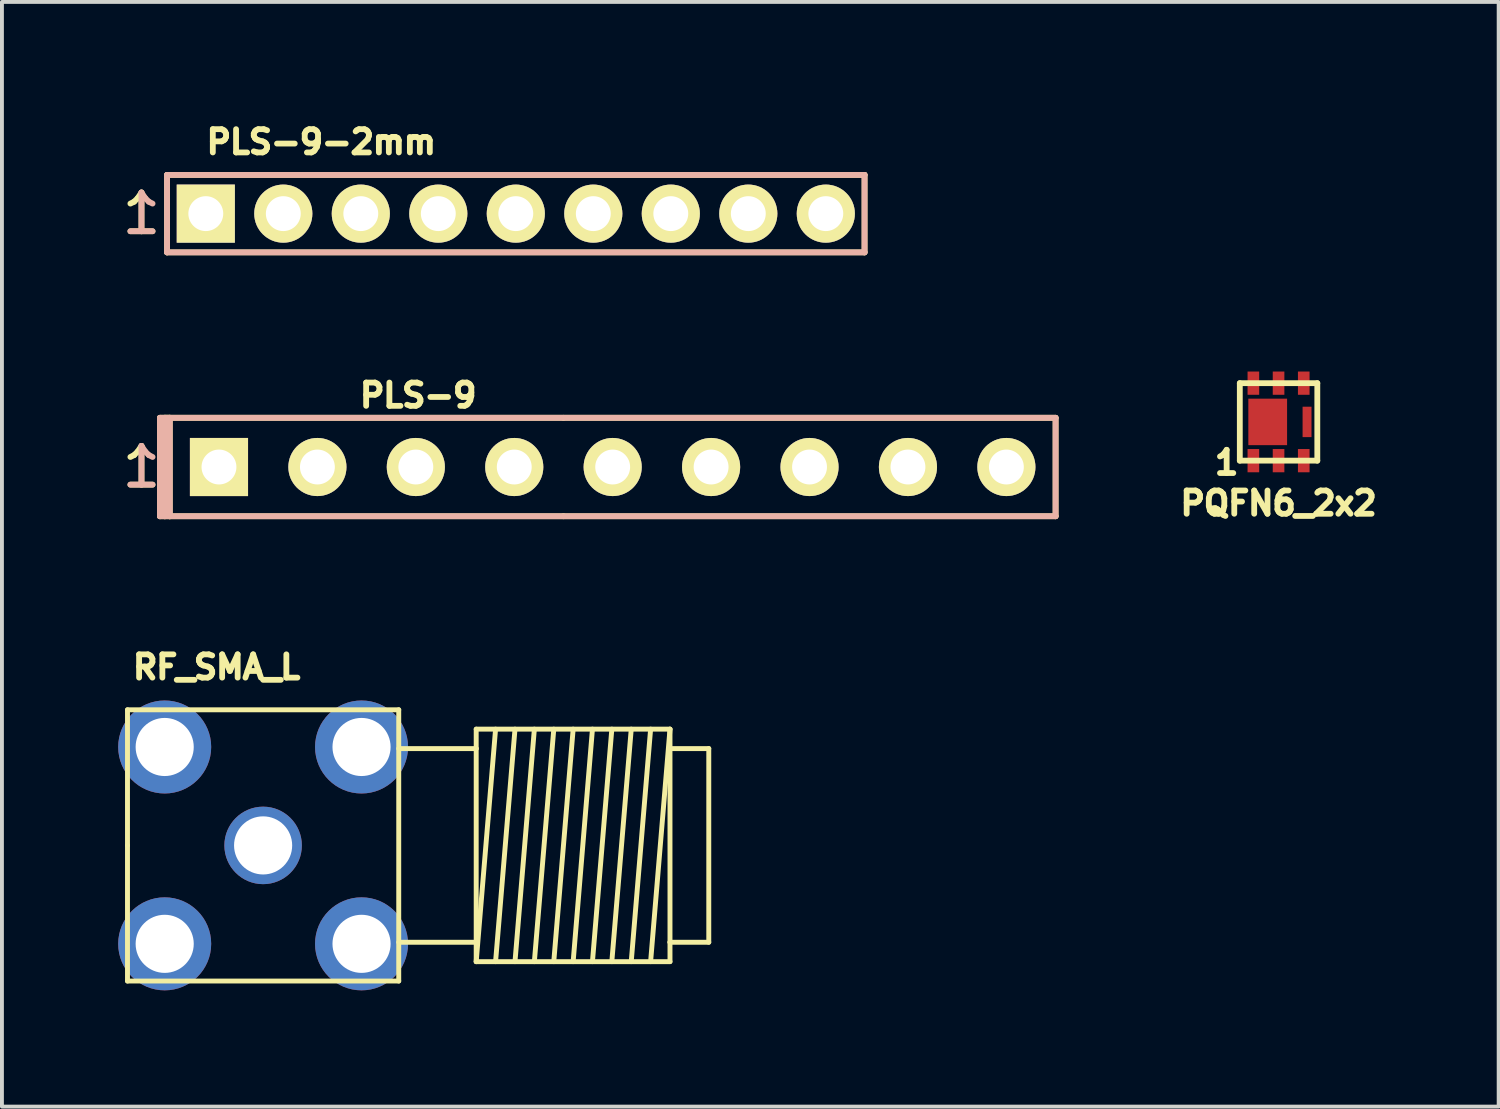
<source format=kicad_pcb>
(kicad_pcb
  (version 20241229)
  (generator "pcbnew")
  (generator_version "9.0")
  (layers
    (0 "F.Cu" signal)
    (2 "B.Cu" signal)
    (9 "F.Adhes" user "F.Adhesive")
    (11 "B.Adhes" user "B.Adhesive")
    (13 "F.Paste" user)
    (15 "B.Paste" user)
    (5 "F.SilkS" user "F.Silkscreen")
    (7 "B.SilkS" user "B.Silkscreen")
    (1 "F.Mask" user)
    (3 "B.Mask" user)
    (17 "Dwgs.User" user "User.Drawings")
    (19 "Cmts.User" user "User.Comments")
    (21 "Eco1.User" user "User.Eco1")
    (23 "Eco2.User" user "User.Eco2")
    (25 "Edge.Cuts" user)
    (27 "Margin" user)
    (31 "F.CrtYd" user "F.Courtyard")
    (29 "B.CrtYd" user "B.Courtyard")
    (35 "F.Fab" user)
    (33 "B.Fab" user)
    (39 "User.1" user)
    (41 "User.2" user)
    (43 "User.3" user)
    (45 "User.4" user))
  (footprint "PLS-9-2mm"
    (layer "F.Cu")
    (at 10.261 2.463)
    (property "Reference" "PLS-9-2mm" (at -5.019 -1.849 0) (layer "F.SilkS") (effects (font (size 0.6 0.6) (thickness 0.15))))
    (attr through_hole)
    (fp_line (start -9 -1) (end 9 -1) (stroke (width 0.15) (type solid)) (layer "F.SilkS"))
    (fp_line (start -9 1) (end -9 -1) (stroke (width 0.15) (type solid)) (layer "F.SilkS"))
    (fp_line (start 9 -1) (end 9 1) (stroke (width 0.15) (type solid)) (layer "F.SilkS"))
    (fp_line (start 9 1) (end -9 1) (stroke (width 0.15) (type solid)) (layer "F.SilkS"))
    (fp_line (start -9 -1) (end 9 -1) (stroke (width 0.15) (type solid)) (layer "B.SilkS"))
    (fp_line (start -9 1) (end -9 -1) (stroke (width 0.15) (type solid)) (layer "B.SilkS"))
    (fp_line (start 9 -1) (end 9 1) (stroke (width 0.15) (type solid)) (layer "B.SilkS"))
    (fp_line (start 9 1) (end -9 1) (stroke (width 0.15) (type solid)) (layer "B.SilkS"))
    (fp_text user "1" (at -9.66 0 0) (layer "F.SilkS") (effects (font (size 1 1) (thickness 0.15))))
    (fp_text user "1" (at -9.66 0 0) (layer "B.SilkS") (effects (font (size 1 1) (thickness 0.15)) (justify mirror)))
    (pad "1" thru_hole rect (at -8 0) (size 1.5 1.5) (drill 0.9) (layers "*.Cu" "*.Mask" "F.SilkS"))
    (pad "2" thru_hole circle (at -6 0) (size 1.5 1.5) (drill 0.9) (layers "*.Cu" "*.Mask" "F.SilkS"))
    (pad "3" thru_hole circle (at -4 0) (size 1.5 1.5) (drill 0.9) (layers "*.Cu" "*.Mask" "F.SilkS"))
    (pad "4" thru_hole circle (at -2 0) (size 1.5 1.5) (drill 0.9) (layers "*.Cu" "*.Mask" "F.SilkS"))
    (pad "5" thru_hole circle (at 0 0) (size 1.5 1.5) (drill 0.9) (layers "*.Cu" "*.Mask" "F.SilkS"))
    (pad "6" thru_hole circle (at 2 0) (size 1.5 1.5) (drill 0.9) (layers "*.Cu" "*.Mask" "F.SilkS"))
    (pad "7" thru_hole circle (at 4 0) (size 1.5 1.5) (drill 0.9) (layers "*.Cu" "*.Mask" "F.SilkS"))
    (pad "8" thru_hole circle (at 6 0) (size 1.5 1.5) (drill 0.9) (layers "*.Cu" "*.Mask" "F.SilkS"))
    (pad "9" thru_hole circle (at 8 0) (size 1.5 1.5) (drill 0.9) (layers "*.Cu" "*.Mask" "F.SilkS")))
  (footprint "PQFN6_2x2"
    (layer "F.Cu")
    (at 29.945 7.838)
    (property "Reference" "PQFN6_2x2" (at 0 2.1 0) (layer "F.SilkS") (effects (font (size 0.6 0.6) (thickness 0.15))))
    (attr through_hole)
    (fp_line (start -1 -1) (end 1 -1) (stroke (width 0.15) (type solid)) (layer "F.SilkS"))
    (fp_line (start -1 1) (end -1 -1) (stroke (width 0.15) (type solid)) (layer "F.SilkS"))
    (fp_line (start 1 -1) (end 1 1) (stroke (width 0.15) (type solid)) (layer "F.SilkS"))
    (fp_line (start 1 1) (end -1 1) (stroke (width 0.15) (type solid)) (layer "F.SilkS"))
    (fp_text user "1" (at -1.34 1.05 0) (layer "F.SilkS") (effects (font (size 0.6 0.6) (thickness 0.15))))
    (pad "1" smd rect (at -0.65 1) (size 0.3 0.6) (layers "F.Cu" "F.Mask" "F.Paste"))
    (pad "2" smd rect (at 0 1) (size 0.3 0.6) (layers "F.Cu" "F.Mask" "F.Paste"))
    (pad "3" smd rect (at 0.65 1) (size 0.3 0.6) (layers "F.Cu" "F.Mask" "F.Paste"))
    (pad "4" smd rect (at 0.65 -1) (size 0.3 0.6) (layers "F.Cu" "F.Mask" "F.Paste"))
    (pad "5" smd rect (at 0 -1) (size 0.3 0.6) (layers "F.Cu" "F.Mask" "F.Paste"))
    (pad "6" smd rect (at -0.65 -1) (size 0.3 0.6) (layers "F.Cu" "F.Mask" "F.Paste"))
    (pad "HD" smd rect (at -0.28 0) (size 1 1.2) (layers "F.Cu" "F.Mask" "F.Paste"))
    (pad "HS" smd rect (at 0.735 0) (size 0.23 0.785) (layers "F.Cu" "F.Mask" "F.Paste")))
  (footprint "PLS-9"
    (layer "F.Cu")
    (at 12.761 9.002)
    (property "Reference" "PLS-9" (at -5.019 -1.849 0) (layer "F.SilkS") (effects (font (size 0.6 0.6) (thickness 0.15))))
    (attr through_hole)
    (fp_line (start -11.684 -1.27) (end -11.43 -1.27) (stroke (width 0.15) (type solid)) (layer "F.SilkS"))
    (fp_line (start -11.684 1.27) (end -11.684 -1.27) (stroke (width 0.15) (type solid)) (layer "F.SilkS"))
    (fp_line (start -11.557 -1.27) (end -11.557 1.27) (stroke (width 0.15) (type solid)) (layer "F.SilkS"))
    (fp_line (start -11.43 -1.27) (end -11.557 -1.27) (stroke (width 0.15) (type solid)) (layer "F.SilkS"))
    (fp_line (start -11.43 -1.27) (end -1.27 -1.27) (stroke (width 0.15) (type solid)) (layer "F.SilkS"))
    (fp_line (start -11.43 1.27) (end -11.684 1.27) (stroke (width 0.15) (type solid)) (layer "F.SilkS"))
    (fp_line (start -11.43 1.27) (end -11.43 -1.27) (stroke (width 0.15) (type solid)) (layer "F.SilkS"))
    (fp_line (start -1.27 -1.27) (end 11.43 -1.27) (stroke (width 0.15) (type solid)) (layer "F.SilkS"))
    (fp_line (start -1.27 1.27) (end -11.43 1.27) (stroke (width 0.15) (type solid)) (layer "F.SilkS"))
    (fp_line (start 11.43 -1.27) (end 11.43 1.27) (stroke (width 0.15) (type solid)) (layer "F.SilkS"))
    (fp_line (start 11.43 1.27) (end -1.27 1.27) (stroke (width 0.15) (type solid)) (layer "F.SilkS"))
    (fp_line (start -11.684 -1.27) (end -11.684 1.27) (stroke (width 0.15) (type solid)) (layer "B.SilkS"))
    (fp_line (start -11.684 1.27) (end -11.557 1.27) (stroke (width 0.15) (type solid)) (layer "B.SilkS"))
    (fp_line (start -11.557 -1.27) (end -11.684 -1.27) (stroke (width 0.15) (type solid)) (layer "B.SilkS"))
    (fp_line (start -11.557 -1.27) (end -11.43 -1.27) (stroke (width 0.15) (type solid)) (layer "B.SilkS"))
    (fp_line (start -11.557 1.27) (end -11.557 -1.27) (stroke (width 0.15) (type solid)) (layer "B.SilkS"))
    (fp_line (start -11.43 -1.27) (end 11.43 -1.27) (stroke (width 0.15) (type solid)) (layer "B.SilkS"))
    (fp_line (start -11.43 1.27) (end -11.557 1.27) (stroke (width 0.15) (type solid)) (layer "B.SilkS"))
    (fp_line (start -11.43 1.27) (end -11.43 -1.27) (stroke (width 0.15) (type solid)) (layer "B.SilkS"))
    (fp_line (start 11.43 -1.27) (end 11.43 1.27) (stroke (width 0.15) (type solid)) (layer "B.SilkS"))
    (fp_line (start 11.43 1.27) (end -11.43 1.27) (stroke (width 0.15) (type solid)) (layer "B.SilkS"))
    (fp_text user "1" (at -12.16 0 0) (layer "F.SilkS") (effects (font (size 1 1) (thickness 0.15))))
    (fp_text user "1" (at -12.16 0 0) (layer "B.SilkS") (effects (font (size 1 1) (thickness 0.15)) (justify mirror)))
    (pad "1" thru_hole rect (at -10.16 0) (size 1.5 1.5) (drill 0.9) (layers "*.Cu" "*.Mask" "F.SilkS"))
    (pad "2" thru_hole circle (at -7.62 0) (size 1.5 1.5) (drill 0.9) (layers "*.Cu" "*.Mask" "F.SilkS"))
    (pad "3" thru_hole circle (at -5.08 0) (size 1.5 1.5) (drill 0.9) (layers "*.Cu" "*.Mask" "F.SilkS"))
    (pad "4" thru_hole circle (at -2.54 0) (size 1.5 1.5) (drill 0.9) (layers "*.Cu" "*.Mask" "F.SilkS"))
    (pad "5" thru_hole circle (at 0 0) (size 1.5 1.5) (drill 0.9) (layers "*.Cu" "*.Mask" "F.SilkS"))
    (pad "6" thru_hole circle (at 2.54 0) (size 1.5 1.5) (drill 0.9) (layers "*.Cu" "*.Mask" "F.SilkS"))
    (pad "7" thru_hole circle (at 5.08 0) (size 1.5 1.5) (drill 0.9) (layers "*.Cu" "*.Mask" "F.SilkS"))
    (pad "8" thru_hole circle (at 7.62 0) (size 1.5 1.5) (drill 0.9) (layers "*.Cu" "*.Mask" "F.SilkS"))
    (pad "9" thru_hole circle (at 10.16 0) (size 1.5 1.5) (drill 0.9) (layers "*.Cu" "*.Mask" "F.SilkS")))
  (footprint "RF_SMA_L"
    (layer "F.Cu")
    (at 3.74 18.767)
    (property "Reference" "RF_SMA_L" (at -1.2 -4.6 0) (layer "F.SilkS") (effects (font (size 0.6 0.6) (thickness 0.15))))
    (attr through_hole)
    (fp_line (start -3.5 -3.5) (end 3.5 -3.5) (stroke (width 0.127) (type solid)) (layer "F.SilkS"))
    (fp_line (start -3.5 0) (end -3.5 -3.5) (stroke (width 0.127) (type solid)) (layer "F.SilkS"))
    (fp_line (start -3.5 3.5) (end -3.5 0) (stroke (width 0.127) (type solid)) (layer "F.SilkS"))
    (fp_line (start 3.5 -3.5) (end 3.5 3.5) (stroke (width 0.127) (type solid)) (layer "F.SilkS"))
    (fp_line (start 3.5 -2.499) (end 5.499 -2.499) (stroke (width 0.127) (type solid)) (layer "F.SilkS"))
    (fp_line (start 3.5 3.5) (end -3.5 3.5) (stroke (width 0.127) (type solid)) (layer "F.SilkS"))
    (fp_line (start 5.499 -3) (end 10.5 -3) (stroke (width 0.127) (type solid)) (layer "F.SilkS"))
    (fp_line (start 5.499 -2.499) (end 5.499 -3) (stroke (width 0.127) (type solid)) (layer "F.SilkS"))
    (fp_line (start 5.499 -2.499) (end 5.499 2.499) (stroke (width 0.127) (type solid)) (layer "F.SilkS"))
    (fp_line (start 5.499 2.499) (end 3.5 2.499) (stroke (width 0.127) (type solid)) (layer "F.SilkS"))
    (fp_line (start 5.499 3) (end 5.499 2.499) (stroke (width 0.127) (type solid)) (layer "F.SilkS"))
    (fp_line (start 5.499 3) (end 5.999 -3) (stroke (width 0.127) (type solid)) (layer "F.SilkS"))
    (fp_line (start 6.5 -3) (end 5.999 3) (stroke (width 0.127) (type solid)) (layer "F.SilkS"))
    (fp_line (start 6.5 3) (end 7 -3) (stroke (width 0.127) (type solid)) (layer "F.SilkS"))
    (fp_line (start 7.501 -3) (end 7 3) (stroke (width 0.127) (type solid)) (layer "F.SilkS"))
    (fp_line (start 7.501 3) (end 8.001 -3) (stroke (width 0.127) (type solid)) (layer "F.SilkS"))
    (fp_line (start 8.499 -3) (end 8.001 3) (stroke (width 0.127) (type solid)) (layer "F.SilkS"))
    (fp_line (start 8.499 3) (end 8.999 -3) (stroke (width 0.127) (type solid)) (layer "F.SilkS"))
    (fp_line (start 9.5 -3) (end 8.999 3) (stroke (width 0.127) (type solid)) (layer "F.SilkS"))
    (fp_line (start 9.5 3) (end 10 -3) (stroke (width 0.127) (type solid)) (layer "F.SilkS"))
    (fp_line (start 10.5 -3) (end 10 3) (stroke (width 0.127) (type solid)) (layer "F.SilkS"))
    (fp_line (start 10.5 -3) (end 10.5 -2.499) (stroke (width 0.127) (type solid)) (layer "F.SilkS"))
    (fp_line (start 10.5 -2.499) (end 10.5 2.499) (stroke (width 0.127) (type solid)) (layer "F.SilkS"))
    (fp_line (start 10.5 -2.499) (end 11.501 -2.499) (stroke (width 0.127) (type solid)) (layer "F.SilkS"))
    (fp_line (start 10.5 2.499) (end 10.5 3) (stroke (width 0.127) (type solid)) (layer "F.SilkS"))
    (fp_line (start 10.5 3) (end 5.499 3) (stroke (width 0.127) (type solid)) (layer "F.SilkS"))
    (fp_line (start 11.501 -2.499) (end 11.501 2.499) (stroke (width 0.127) (type solid)) (layer "F.SilkS"))
    (fp_line (start 11.501 2.499) (end 10.5 2.499) (stroke (width 0.127) (type solid)) (layer "F.SilkS"))
    (pad "GND" thru_hole circle (at -2.54 -2.54) (size 2.4 2.4) (drill 1.5) (layers "*.Cu" "*.Mask"))
    (pad "GND" thru_hole circle (at -2.54 2.54) (size 2.4 2.4) (drill 1.5) (layers "*.Cu" "*.Mask"))
    (pad "GND" thru_hole circle (at 2.54 -2.54) (size 2.4 2.4) (drill 1.5) (layers "*.Cu" "*.Mask"))
    (pad "GND" thru_hole circle (at 2.54 2.54) (size 2.4 2.4) (drill 1.5) (layers "*.Cu" "*.Mask"))
    (pad "RF" thru_hole circle (at 0 0) (size 2 2) (drill 1.5) (layers "*.Cu" "*.Mask")))
  (gr_rect
    (start -3 -3)
    (end 35.625 25.507)
    (stroke (width 0.1) (type default))
    (fill no)
    (layer "Edge.Cuts")))
</source>
